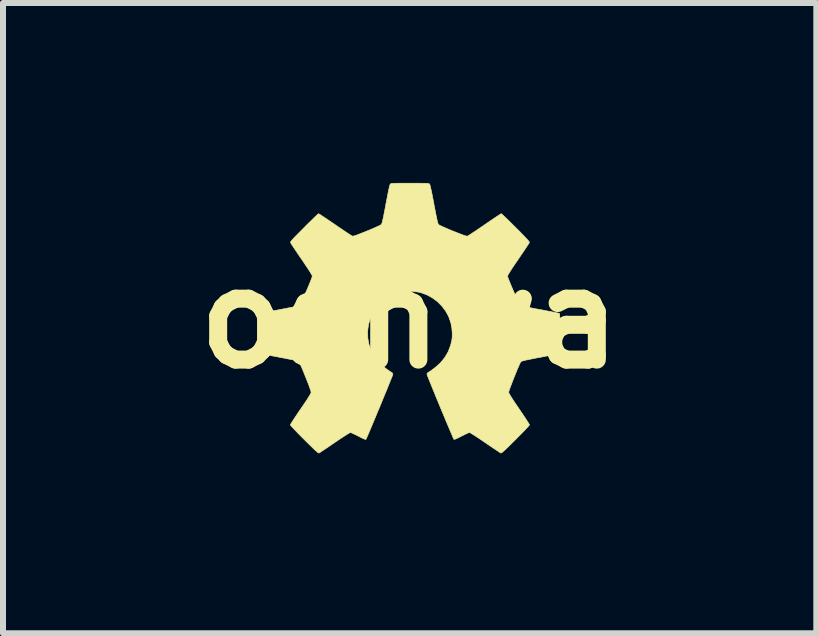
<source format=kicad_pcb>
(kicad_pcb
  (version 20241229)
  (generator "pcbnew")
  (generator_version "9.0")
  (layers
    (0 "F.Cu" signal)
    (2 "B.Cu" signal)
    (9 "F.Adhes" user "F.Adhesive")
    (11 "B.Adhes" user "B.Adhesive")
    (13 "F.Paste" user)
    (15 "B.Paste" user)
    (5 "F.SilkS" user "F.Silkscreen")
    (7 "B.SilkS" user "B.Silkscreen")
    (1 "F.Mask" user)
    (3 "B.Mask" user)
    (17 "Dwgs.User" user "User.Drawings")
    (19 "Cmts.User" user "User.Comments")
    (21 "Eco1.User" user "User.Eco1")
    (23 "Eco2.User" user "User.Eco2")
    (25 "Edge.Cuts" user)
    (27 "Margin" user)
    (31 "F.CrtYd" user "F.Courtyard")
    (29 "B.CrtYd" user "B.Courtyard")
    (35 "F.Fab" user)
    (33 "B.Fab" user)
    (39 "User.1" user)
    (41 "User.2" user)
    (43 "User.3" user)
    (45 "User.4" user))
  (footprint "oshwa"
    (layer "F.Cu")
    (at 3.781 2.257)
    (property "Reference" "oshwa" (at 0 0 0) (layer "F.SilkS") (effects (font (size 1.524 1.524) (thickness 0.3))))
    (attr through_hole)
    (fp_poly (pts (xy 0.086 -2.252) (xy 0.153 -2.252) (xy 0.205 -2.251) (xy 0.246 -2.251) (xy 0.277 -2.25) (xy 0.299 -2.248) (xy 0.314 -2.246) (xy 0.324 -2.243) (xy 0.33 -2.24) (xy 0.332 -2.237) (xy 0.338 -2.224) (xy 0.346 -2.195) (xy 0.356 -2.15) (xy 0.369 -2.09) (xy 0.384 -2.014) (xy 0.401 -1.925) (xy 0.405 -1.901) (xy 0.421 -1.818) (xy 0.434 -1.75) (xy 0.445 -1.696) (xy 0.454 -1.653) (xy 0.461 -1.621) (xy 0.467 -1.597) (xy 0.473 -1.58) (xy 0.478 -1.569) (xy 0.483 -1.562) (xy 0.484 -1.561) (xy 0.497 -1.553) (xy 0.523 -1.54) (xy 0.561 -1.523) (xy 0.608 -1.502) (xy 0.661 -1.479) (xy 0.719 -1.455) (xy 0.725 -1.453) (xy 0.793 -1.426) (xy 0.847 -1.405) (xy 0.888 -1.389) (xy 0.919 -1.378) (xy 0.941 -1.372) (xy 0.956 -1.37) (xy 0.965 -1.37) (xy 0.967 -1.371) (xy 0.978 -1.377) (xy 1.001 -1.392) (xy 1.036 -1.415) (xy 1.079 -1.443) (xy 1.129 -1.477) (xy 1.185 -1.515) (xy 1.245 -1.556) (xy 1.252 -1.561) (xy 1.312 -1.602) (xy 1.368 -1.64) (xy 1.417 -1.673) (xy 1.46 -1.702) (xy 1.493 -1.723) (xy 1.516 -1.738) (xy 1.527 -1.744) (xy 1.528 -1.744) (xy 1.535 -1.738) (xy 1.554 -1.722) (xy 1.581 -1.696) (xy 1.617 -1.662) (xy 1.659 -1.621) (xy 1.706 -1.574) (xy 1.757 -1.524) (xy 1.769 -1.512) (xy 1.832 -1.449) (xy 1.883 -1.397) (xy 1.924 -1.354) (xy 1.955 -1.321) (xy 1.977 -1.296) (xy 1.99 -1.279) (xy 1.996 -1.268) (xy 1.996 -1.264) (xy 1.991 -1.254) (xy 1.977 -1.232) (xy 1.955 -1.198) (xy 1.927 -1.156) (xy 1.894 -1.106) (xy 1.856 -1.051) (xy 1.816 -0.992) (xy 1.812 -0.986) (xy 1.758 -0.907) (xy 1.713 -0.841) (xy 1.679 -0.787) (xy 1.654 -0.747) (xy 1.638 -0.719) (xy 1.632 -0.704) (xy 1.632 -0.703) (xy 1.636 -0.688) (xy 1.645 -0.661) (xy 1.66 -0.623) (xy 1.679 -0.577) (xy 1.7 -0.526) (xy 1.723 -0.472) (xy 1.747 -0.417) (xy 1.77 -0.365) (xy 1.792 -0.317) (xy 1.811 -0.276) (xy 1.826 -0.245) (xy 1.837 -0.226) (xy 1.84 -0.223) (xy 1.847 -0.217) (xy 1.858 -0.212) (xy 1.875 -0.206) (xy 1.9 -0.2) (xy 1.933 -0.192) (xy 1.977 -0.183) (xy 2.033 -0.172) (xy 2.103 -0.158) (xy 2.173 -0.145) (xy 2.244 -0.132) (xy 2.31 -0.119) (xy 2.369 -0.108) (xy 2.419 -0.098) (xy 2.458 -0.09) (xy 2.485 -0.084) (xy 2.497 -0.081) (xy 2.497 -0.081) (xy 2.5 -0.071) (xy 2.502 -0.046) (xy 2.504 -0.005) (xy 2.505 0.052) (xy 2.506 0.125) (xy 2.506 0.215) (xy 2.506 0.249) (xy 2.506 0.334) (xy 2.506 0.404) (xy 2.505 0.459) (xy 2.504 0.503) (xy 2.503 0.535) (xy 2.501 0.558) (xy 2.499 0.572) (xy 2.496 0.581) (xy 2.494 0.584) (xy 2.483 0.587) (xy 2.458 0.594) (xy 2.42 0.602) (xy 2.37 0.613) (xy 2.312 0.624) (xy 2.247 0.637) (xy 2.177 0.651) (xy 2.176 0.651) (xy 2.093 0.666) (xy 2.025 0.68) (xy 1.97 0.691) (xy 1.928 0.7) (xy 1.897 0.708) (xy 1.875 0.714) (xy 1.861 0.72) (xy 1.855 0.724) (xy 1.847 0.737) (xy 1.834 0.763) (xy 1.818 0.8) (xy 1.798 0.845) (xy 1.777 0.897) (xy 1.755 0.952) (xy 1.732 1.008) (xy 1.711 1.063) (xy 1.691 1.115) (xy 1.674 1.16) (xy 1.661 1.197) (xy 1.653 1.223) (xy 1.651 1.234) (xy 1.655 1.246) (xy 1.666 1.268) (xy 1.685 1.3) (xy 1.712 1.343) (xy 1.748 1.398) (xy 1.794 1.466) (xy 1.825 1.511) (xy 1.864 1.569) (xy 1.901 1.624) (xy 1.933 1.672) (xy 1.96 1.714) (xy 1.981 1.746) (xy 1.994 1.768) (xy 1.998 1.778) (xy 1.992 1.786) (xy 1.976 1.806) (xy 1.95 1.834) (xy 1.916 1.87) (xy 1.874 1.913) (xy 1.828 1.96) (xy 1.777 2.012) (xy 1.767 2.022) (xy 1.706 2.082) (xy 1.656 2.132) (xy 1.615 2.171) (xy 1.584 2.201) (xy 1.559 2.222) (xy 1.542 2.237) (xy 1.53 2.245) (xy 1.522 2.247) (xy 1.519 2.247) (xy 1.509 2.241) (xy 1.486 2.226) (xy 1.453 2.204) (xy 1.411 2.176) (xy 1.362 2.143) (xy 1.307 2.106) (xy 1.259 2.073) (xy 1.202 2.034) (xy 1.148 1.998) (xy 1.1 1.966) (xy 1.059 1.94) (xy 1.027 1.92) (xy 1.006 1.908) (xy 0.998 1.905) (xy 0.985 1.909) (xy 0.959 1.919) (xy 0.926 1.935) (xy 0.886 1.955) (xy 0.863 1.966) (xy 0.811 1.993) (xy 0.772 2.011) (xy 0.748 2.019) (xy 0.738 2.019) (xy 0.733 2.01) (xy 0.722 1.986) (xy 0.707 1.95) (xy 0.687 1.903) (xy 0.663 1.847) (xy 0.636 1.783) (xy 0.606 1.712) (xy 0.575 1.637) (xy 0.542 1.559) (xy 0.509 1.479) (xy 0.476 1.399) (xy 0.443 1.321) (xy 0.413 1.245) (xy 0.384 1.175) (xy 0.358 1.11) (xy 0.335 1.054) (xy 0.316 1.007) (xy 0.302 0.971) (xy 0.293 0.947) (xy 0.29 0.938) (xy 0.291 0.919) (xy 0.305 0.906) (xy 0.306 0.905) (xy 0.339 0.885) (xy 0.38 0.856) (xy 0.424 0.822) (xy 0.467 0.786) (xy 0.504 0.752) (xy 0.522 0.733) (xy 0.59 0.648) (xy 0.644 0.554) (xy 0.683 0.45) (xy 0.703 0.366) (xy 0.709 0.317) (xy 0.71 0.257) (xy 0.706 0.193) (xy 0.699 0.131) (xy 0.688 0.077) (xy 0.686 0.068) (xy 0.649 -0.031) (xy 0.598 -0.123) (xy 0.535 -0.206) (xy 0.46 -0.28) (xy 0.376 -0.342) (xy 0.284 -0.392) (xy 0.186 -0.427) (xy 0.148 -0.436) (xy 0.042 -0.449) (xy -0.063 -0.447) (xy -0.165 -0.429) (xy -0.263 -0.396) (xy -0.355 -0.35) (xy -0.44 -0.29) (xy -0.516 -0.218) (xy -0.582 -0.135) (xy -0.622 -0.067) (xy -0.659 0.015) (xy -0.684 0.096) (xy -0.697 0.183) (xy -0.7 0.222) (xy -0.698 0.33) (xy -0.679 0.434) (xy -0.645 0.534) (xy -0.595 0.627) (xy -0.531 0.714) (xy -0.451 0.794) (xy -0.388 0.844) (xy -0.356 0.867) (xy -0.327 0.887) (xy -0.306 0.901) (xy -0.298 0.905) (xy -0.283 0.918) (xy -0.281 0.938) (xy -0.282 0.938) (xy -0.285 0.95) (xy -0.295 0.976) (xy -0.31 1.013) (xy -0.33 1.062) (xy -0.353 1.12) (xy -0.379 1.185) (xy -0.409 1.256) (xy -0.44 1.332) (xy -0.472 1.411) (xy -0.505 1.491) (xy -0.539 1.571) (xy -0.571 1.649) (xy -0.602 1.723) (xy -0.631 1.793) (xy -0.658 1.856) (xy -0.681 1.911) (xy -0.701 1.957) (xy -0.716 1.991) (xy -0.726 2.012) (xy -0.729 2.019) (xy -0.741 2.019) (xy -0.766 2.01) (xy -0.806 1.991) (xy -0.855 1.966) (xy -0.896 1.945) (xy -0.934 1.927) (xy -0.964 1.914) (xy -0.984 1.906) (xy -0.989 1.905) (xy -1 1.91) (xy -1.023 1.923) (xy -1.057 1.944) (xy -1.099 1.971) (xy -1.148 2.003) (xy -1.203 2.04) (xy -1.251 2.073) (xy -1.309 2.112) (xy -1.362 2.149) (xy -1.41 2.181) (xy -1.451 2.208) (xy -1.482 2.229) (xy -1.503 2.242) (xy -1.511 2.247) (xy -1.517 2.246) (xy -1.527 2.241) (xy -1.542 2.229) (xy -1.564 2.211) (xy -1.592 2.185) (xy -1.628 2.15) (xy -1.674 2.105) (xy -1.73 2.05) (xy -1.758 2.022) (xy -1.81 1.97) (xy -1.857 1.922) (xy -1.9 1.878) (xy -1.935 1.841) (xy -1.963 1.811) (xy -1.981 1.789) (xy -1.989 1.778) (xy -1.99 1.778) (xy -1.985 1.768) (xy -1.972 1.745) (xy -1.951 1.713) (xy -1.924 1.671) (xy -1.891 1.622) (xy -1.855 1.567) (xy -1.816 1.511) (xy -1.765 1.436) (xy -1.723 1.374) (xy -1.691 1.324) (xy -1.667 1.285) (xy -1.652 1.258) (xy -1.644 1.24) (xy -1.643 1.234) (xy -1.646 1.22) (xy -1.655 1.192) (xy -1.668 1.154) (xy -1.685 1.107) (xy -1.705 1.055) (xy -1.727 1) (xy -1.75 0.943) (xy -1.772 0.888) (xy -1.793 0.838) (xy -1.812 0.793) (xy -1.828 0.758) (xy -1.84 0.734) (xy -1.846 0.724) (xy -1.854 0.719) (xy -1.868 0.714) (xy -1.891 0.707) (xy -1.923 0.699) (xy -1.966 0.69) (xy -2.022 0.679) (xy -2.092 0.665) (xy -2.168 0.651) (xy -2.238 0.637) (xy -2.303 0.625) (xy -2.361 0.613) (xy -2.411 0.602) (xy -2.449 0.594) (xy -2.475 0.587) (xy -2.486 0.584) (xy -2.486 0.584) (xy -2.489 0.578) (xy -2.491 0.568) (xy -2.493 0.55) (xy -2.495 0.524) (xy -2.496 0.488) (xy -2.497 0.44) (xy -2.497 0.38) (xy -2.498 0.305) (xy -2.498 0.249) (xy -2.497 0.154) (xy -2.497 0.075) (xy -2.496 0.012) (xy -2.494 -0.034) (xy -2.492 -0.065) (xy -2.49 -0.079) (xy -2.489 -0.081) (xy -2.479 -0.084) (xy -2.454 -0.089) (xy -2.416 -0.097) (xy -2.367 -0.106) (xy -2.309 -0.118) (xy -2.244 -0.13) (xy -2.174 -0.143) (xy -2.165 -0.145) (xy -2.082 -0.161) (xy -2.015 -0.174) (xy -1.96 -0.184) (xy -1.918 -0.193) (xy -1.886 -0.201) (xy -1.863 -0.207) (xy -1.847 -0.213) (xy -1.837 -0.218) (xy -1.831 -0.223) (xy -1.823 -0.235) (xy -1.81 -0.261) (xy -1.792 -0.298) (xy -1.771 -0.343) (xy -1.749 -0.393) (xy -1.725 -0.447) (xy -1.701 -0.502) (xy -1.679 -0.555) (xy -1.659 -0.603) (xy -1.643 -0.645) (xy -1.631 -0.677) (xy -1.625 -0.698) (xy -1.624 -0.703) (xy -1.628 -0.716) (xy -1.642 -0.741) (xy -1.665 -0.779) (xy -1.698 -0.83) (xy -1.741 -0.894) (xy -1.793 -0.972) (xy -1.803 -0.986) (xy -1.844 -1.046) (xy -1.882 -1.102) (xy -1.916 -1.152) (xy -1.944 -1.195) (xy -1.967 -1.229) (xy -1.981 -1.253) (xy -1.988 -1.264) (xy -1.988 -1.264) (xy -1.986 -1.272) (xy -1.977 -1.286) (xy -1.96 -1.306) (xy -1.934 -1.335) (xy -1.899 -1.372) (xy -1.853 -1.418) (xy -1.797 -1.475) (xy -1.76 -1.512) (xy -1.709 -1.564) (xy -1.66 -1.611) (xy -1.617 -1.653) (xy -1.58 -1.689) (xy -1.551 -1.717) (xy -1.53 -1.736) (xy -1.52 -1.744) (xy -1.519 -1.744) (xy -1.51 -1.739) (xy -1.489 -1.726) (xy -1.457 -1.705) (xy -1.416 -1.678) (xy -1.367 -1.645) (xy -1.313 -1.608) (xy -1.253 -1.568) (xy -1.244 -1.561) (xy -1.184 -1.52) (xy -1.127 -1.482) (xy -1.076 -1.447) (xy -1.032 -1.418) (xy -0.997 -1.395) (xy -0.972 -1.379) (xy -0.959 -1.371) (xy -0.958 -1.371) (xy -0.949 -1.37) (xy -0.936 -1.371) (xy -0.915 -1.377) (xy -0.885 -1.387) (xy -0.846 -1.402) (xy -0.794 -1.422) (xy -0.729 -1.448) (xy -0.717 -1.453) (xy -0.658 -1.477) (xy -0.604 -1.5) (xy -0.557 -1.521) (xy -0.518 -1.539) (xy -0.491 -1.552) (xy -0.477 -1.561) (xy -0.476 -1.561) (xy -0.471 -1.568) (xy -0.465 -1.578) (xy -0.46 -1.593) (xy -0.454 -1.615) (xy -0.447 -1.646) (xy -0.438 -1.686) (xy -0.428 -1.738) (xy -0.415 -1.803) (xy -0.4 -1.883) (xy -0.397 -1.901) (xy -0.379 -1.994) (xy -0.364 -2.072) (xy -0.351 -2.136) (xy -0.34 -2.185) (xy -0.331 -2.218) (xy -0.325 -2.236) (xy -0.324 -2.237) (xy -0.319 -2.241) (xy -0.312 -2.244) (xy -0.301 -2.247) (xy -0.284 -2.249) (xy -0.259 -2.25) (xy -0.225 -2.251) (xy -0.18 -2.252) (xy -0.122 -2.252) (xy -0.05 -2.252) (xy 0.004 -2.252) (xy 0.086 -2.252)) (stroke (width 0.01) (type solid)) (fill yes) (layer "F.SilkS")))
  (gr_rect
    (start -3 -3)
    (end 10.562 7.509)
    (stroke (width 0.1) (type default))
    (fill no)
    (layer "Edge.Cuts")))
</source>
